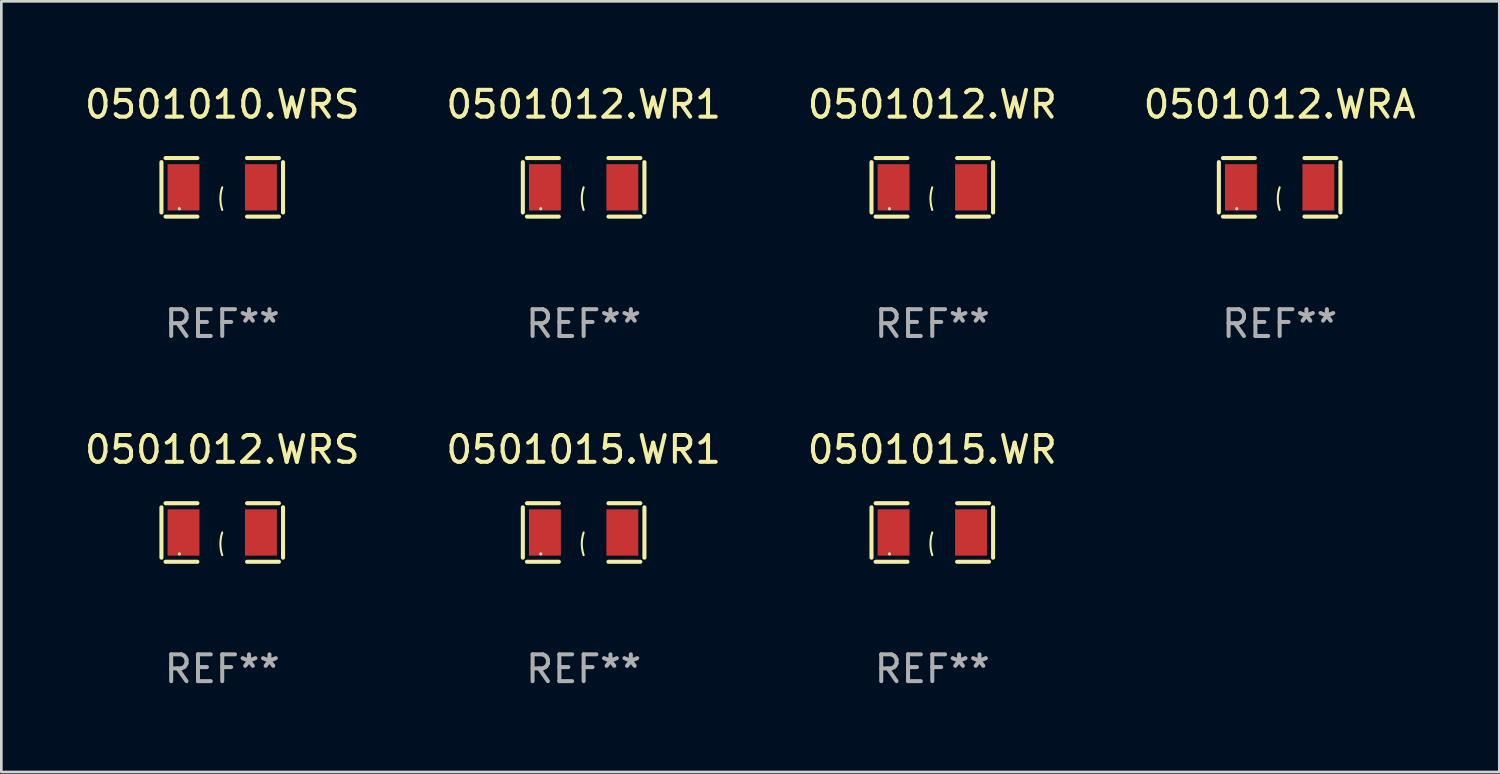
<source format=kicad_pcb>
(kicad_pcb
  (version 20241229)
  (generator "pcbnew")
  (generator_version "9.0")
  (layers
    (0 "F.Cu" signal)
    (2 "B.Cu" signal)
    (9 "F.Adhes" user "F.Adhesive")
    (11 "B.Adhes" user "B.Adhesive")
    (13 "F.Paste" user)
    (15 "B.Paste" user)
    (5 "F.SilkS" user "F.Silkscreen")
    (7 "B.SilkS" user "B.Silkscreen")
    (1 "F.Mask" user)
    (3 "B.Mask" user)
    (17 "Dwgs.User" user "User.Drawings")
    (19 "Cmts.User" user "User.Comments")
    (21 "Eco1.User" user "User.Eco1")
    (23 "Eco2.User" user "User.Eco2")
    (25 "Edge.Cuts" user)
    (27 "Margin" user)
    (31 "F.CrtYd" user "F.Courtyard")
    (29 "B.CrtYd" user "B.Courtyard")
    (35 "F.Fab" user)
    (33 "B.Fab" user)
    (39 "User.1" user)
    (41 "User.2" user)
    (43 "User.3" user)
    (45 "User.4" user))
  (footprint "0501015.WR"
    (layer "F.Cu")
    (at 31.744 16.823)
    (property "Reference" "0501015.WR" (at 0 -3.093 0) (layer "F.SilkS") (effects (font (size 1 1) (thickness 0.15))))
    (attr through_hole)
    (fp_line (start -2.269 -0.94) (end -2.269 0.94) (stroke (width 0.152) (type solid)) (layer "F.SilkS"))
    (fp_line (start -2.116 1.093) (end -0.926 1.093) (stroke (width 0.152) (type solid)) (layer "F.SilkS"))
    (fp_line (start -0.926 -1.093) (end -2.116 -1.093) (stroke (width 0.152) (type solid)) (layer "F.SilkS"))
    (fp_line (start 0.926 -1.093) (end 2.116 -1.093) (stroke (width 0.152) (type solid)) (layer "F.SilkS"))
    (fp_line (start 2.116 1.093) (end 0.926 1.093) (stroke (width 0.152) (type solid)) (layer "F.SilkS"))
    (fp_line (start 2.269 -0.94) (end 2.269 0.94) (stroke (width 0.152) (type solid)) (layer "F.SilkS"))
    (fp_arc (start 0 0.844951) (mid -0.068559 0.422475) (end 0 0) (stroke (width 0.0762) (type solid)) (layer "F.SilkS"))
    (fp_circle (center -1.6 0.8) (end -1.57 0.8) (stroke (width 0.06) (type solid)) (fill no) (layer "F.SilkS"))
    (fp_text user "REF**" (at 0 5.093 0) (layer "F.Fab") (effects (font (size 1 1) (thickness 0.15))))
    (pad "1" smd rect (at -1.445 0) (size 1.19 1.728) (layers "F.Cu" "F.Mask" "F.Paste"))
    (pad "2" smd rect (at 1.445 0) (size 1.19 1.728) (layers "F.Cu" "F.Mask" "F.Paste")))
  (footprint "0501012.WR"
    (layer "F.Cu")
    (at 31.744 3.941)
    (property "Reference" "0501012.WR" (at 0 -3.093 0) (layer "F.SilkS") (effects (font (size 1 1) (thickness 0.15))))
    (attr through_hole)
    (fp_line (start -2.269 -0.94) (end -2.269 0.94) (stroke (width 0.152) (type solid)) (layer "F.SilkS"))
    (fp_line (start -2.116 1.093) (end -0.926 1.093) (stroke (width 0.152) (type solid)) (layer "F.SilkS"))
    (fp_line (start -0.926 -1.093) (end -2.116 -1.093) (stroke (width 0.152) (type solid)) (layer "F.SilkS"))
    (fp_line (start 0.926 -1.093) (end 2.116 -1.093) (stroke (width 0.152) (type solid)) (layer "F.SilkS"))
    (fp_line (start 2.116 1.093) (end 0.926 1.093) (stroke (width 0.152) (type solid)) (layer "F.SilkS"))
    (fp_line (start 2.269 -0.94) (end 2.269 0.94) (stroke (width 0.152) (type solid)) (layer "F.SilkS"))
    (fp_arc (start 0 0.844951) (mid -0.068559 0.422475) (end 0 0) (stroke (width 0.0762) (type solid)) (layer "F.SilkS"))
    (fp_circle (center -1.6 0.8) (end -1.57 0.8) (stroke (width 0.06) (type solid)) (fill no) (layer "F.SilkS"))
    (fp_text user "REF**" (at 0 5.093 0) (layer "F.Fab") (effects (font (size 1 1) (thickness 0.15))))
    (pad "1" smd rect (at -1.445 0) (size 1.19 1.728) (layers "F.Cu" "F.Mask" "F.Paste"))
    (pad "2" smd rect (at 1.445 0) (size 1.19 1.728) (layers "F.Cu" "F.Mask" "F.Paste")))
  (footprint "0501010.WRS"
    (layer "F.Cu")
    (at 5.244 3.941)
    (property "Reference" "0501010.WRS" (at 0 -3.093 0) (layer "F.SilkS") (effects (font (size 1 1) (thickness 0.15))))
    (attr through_hole)
    (fp_line (start -2.269 -0.94) (end -2.269 0.94) (stroke (width 0.152) (type solid)) (layer "F.SilkS"))
    (fp_line (start -2.116 1.093) (end -0.926 1.093) (stroke (width 0.152) (type solid)) (layer "F.SilkS"))
    (fp_line (start -0.926 -1.093) (end -2.116 -1.093) (stroke (width 0.152) (type solid)) (layer "F.SilkS"))
    (fp_line (start 0.926 -1.093) (end 2.116 -1.093) (stroke (width 0.152) (type solid)) (layer "F.SilkS"))
    (fp_line (start 2.116 1.093) (end 0.926 1.093) (stroke (width 0.152) (type solid)) (layer "F.SilkS"))
    (fp_line (start 2.269 -0.94) (end 2.269 0.94) (stroke (width 0.152) (type solid)) (layer "F.SilkS"))
    (fp_arc (start 0 0.844951) (mid -0.068559 0.422475) (end 0 0) (stroke (width 0.0762) (type solid)) (layer "F.SilkS"))
    (fp_circle (center -1.6 0.8) (end -1.57 0.8) (stroke (width 0.06) (type solid)) (fill no) (layer "F.SilkS"))
    (fp_text user "REF**" (at 0 5.093 0) (layer "F.Fab") (effects (font (size 1 1) (thickness 0.15))))
    (pad "1" smd rect (at -1.445 0) (size 1.19 1.728) (layers "F.Cu" "F.Mask" "F.Paste"))
    (pad "2" smd rect (at 1.445 0) (size 1.19 1.728) (layers "F.Cu" "F.Mask" "F.Paste")))
  (footprint "0501015.WR1"
    (layer "F.Cu")
    (at 18.732 16.823)
    (property "Reference" "0501015.WR1" (at 0 -3.093 0) (layer "F.SilkS") (effects (font (size 1 1) (thickness 0.15))))
    (attr through_hole)
    (fp_line (start -2.269 -0.94) (end -2.269 0.94) (stroke (width 0.152) (type solid)) (layer "F.SilkS"))
    (fp_line (start -2.116 1.093) (end -0.926 1.093) (stroke (width 0.152) (type solid)) (layer "F.SilkS"))
    (fp_line (start -0.926 -1.093) (end -2.116 -1.093) (stroke (width 0.152) (type solid)) (layer "F.SilkS"))
    (fp_line (start 0.926 -1.093) (end 2.116 -1.093) (stroke (width 0.152) (type solid)) (layer "F.SilkS"))
    (fp_line (start 2.116 1.093) (end 0.926 1.093) (stroke (width 0.152) (type solid)) (layer "F.SilkS"))
    (fp_line (start 2.269 -0.94) (end 2.269 0.94) (stroke (width 0.152) (type solid)) (layer "F.SilkS"))
    (fp_arc (start 0 0.844951) (mid -0.068559 0.422475) (end 0 0) (stroke (width 0.0762) (type solid)) (layer "F.SilkS"))
    (fp_circle (center -1.6 0.8) (end -1.57 0.8) (stroke (width 0.06) (type solid)) (fill no) (layer "F.SilkS"))
    (fp_text user "REF**" (at 0 5.093 0) (layer "F.Fab") (effects (font (size 1 1) (thickness 0.15))))
    (pad "1" smd rect (at -1.445 0) (size 1.19 1.728) (layers "F.Cu" "F.Mask" "F.Paste"))
    (pad "2" smd rect (at 1.445 0) (size 1.19 1.728) (layers "F.Cu" "F.Mask" "F.Paste")))
  (footprint "0501012.WRS"
    (layer "F.Cu")
    (at 5.244 16.823)
    (property "Reference" "0501012.WRS" (at 0 -3.093 0) (layer "F.SilkS") (effects (font (size 1 1) (thickness 0.15))))
    (attr through_hole)
    (fp_line (start -2.269 -0.94) (end -2.269 0.94) (stroke (width 0.152) (type solid)) (layer "F.SilkS"))
    (fp_line (start -2.116 1.093) (end -0.926 1.093) (stroke (width 0.152) (type solid)) (layer "F.SilkS"))
    (fp_line (start -0.926 -1.093) (end -2.116 -1.093) (stroke (width 0.152) (type solid)) (layer "F.SilkS"))
    (fp_line (start 0.926 -1.093) (end 2.116 -1.093) (stroke (width 0.152) (type solid)) (layer "F.SilkS"))
    (fp_line (start 2.116 1.093) (end 0.926 1.093) (stroke (width 0.152) (type solid)) (layer "F.SilkS"))
    (fp_line (start 2.269 -0.94) (end 2.269 0.94) (stroke (width 0.152) (type solid)) (layer "F.SilkS"))
    (fp_arc (start 0 0.844951) (mid -0.068559 0.422475) (end 0 0) (stroke (width 0.0762) (type solid)) (layer "F.SilkS"))
    (fp_circle (center -1.6 0.8) (end -1.57 0.8) (stroke (width 0.06) (type solid)) (fill no) (layer "F.SilkS"))
    (fp_text user "REF**" (at 0 5.093 0) (layer "F.Fab") (effects (font (size 1 1) (thickness 0.15))))
    (pad "1" smd rect (at -1.445 0) (size 1.19 1.728) (layers "F.Cu" "F.Mask" "F.Paste"))
    (pad "2" smd rect (at 1.445 0) (size 1.19 1.728) (layers "F.Cu" "F.Mask" "F.Paste")))
  (footprint "0501012.WR1"
    (layer "F.Cu")
    (at 18.732 3.941)
    (property "Reference" "0501012.WR1" (at 0 -3.093 0) (layer "F.SilkS") (effects (font (size 1 1) (thickness 0.15))))
    (attr through_hole)
    (fp_line (start -2.269 -0.94) (end -2.269 0.94) (stroke (width 0.152) (type solid)) (layer "F.SilkS"))
    (fp_line (start -2.116 1.093) (end -0.926 1.093) (stroke (width 0.152) (type solid)) (layer "F.SilkS"))
    (fp_line (start -0.926 -1.093) (end -2.116 -1.093) (stroke (width 0.152) (type solid)) (layer "F.SilkS"))
    (fp_line (start 0.926 -1.093) (end 2.116 -1.093) (stroke (width 0.152) (type solid)) (layer "F.SilkS"))
    (fp_line (start 2.116 1.093) (end 0.926 1.093) (stroke (width 0.152) (type solid)) (layer "F.SilkS"))
    (fp_line (start 2.269 -0.94) (end 2.269 0.94) (stroke (width 0.152) (type solid)) (layer "F.SilkS"))
    (fp_arc (start 0 0.844951) (mid -0.068559 0.422475) (end 0 0) (stroke (width 0.0762) (type solid)) (layer "F.SilkS"))
    (fp_circle (center -1.6 0.8) (end -1.57 0.8) (stroke (width 0.06) (type solid)) (fill no) (layer "F.SilkS"))
    (fp_text user "REF**" (at 0 5.093 0) (layer "F.Fab") (effects (font (size 1 1) (thickness 0.15))))
    (pad "1" smd rect (at -1.445 0) (size 1.19 1.728) (layers "F.Cu" "F.Mask" "F.Paste"))
    (pad "2" smd rect (at 1.445 0) (size 1.19 1.728) (layers "F.Cu" "F.Mask" "F.Paste")))
  (footprint "0501012.WRA"
    (layer "F.Cu")
    (at 44.708 3.941)
    (property "Reference" "0501012.WRA" (at 0 -3.093 0) (layer "F.SilkS") (effects (font (size 1 1) (thickness 0.15))))
    (attr through_hole)
    (fp_line (start -2.269 -0.94) (end -2.269 0.94) (stroke (width 0.152) (type solid)) (layer "F.SilkS"))
    (fp_line (start -2.116 1.093) (end -0.926 1.093) (stroke (width 0.152) (type solid)) (layer "F.SilkS"))
    (fp_line (start -0.926 -1.093) (end -2.116 -1.093) (stroke (width 0.152) (type solid)) (layer "F.SilkS"))
    (fp_line (start 0.926 -1.093) (end 2.116 -1.093) (stroke (width 0.152) (type solid)) (layer "F.SilkS"))
    (fp_line (start 2.116 1.093) (end 0.926 1.093) (stroke (width 0.152) (type solid)) (layer "F.SilkS"))
    (fp_line (start 2.269 -0.94) (end 2.269 0.94) (stroke (width 0.152) (type solid)) (layer "F.SilkS"))
    (fp_arc (start 0 0.844951) (mid -0.068559 0.422475) (end 0 0) (stroke (width 0.0762) (type solid)) (layer "F.SilkS"))
    (fp_circle (center -1.6 0.8) (end -1.57 0.8) (stroke (width 0.06) (type solid)) (fill no) (layer "F.SilkS"))
    (fp_text user "REF**" (at 0 5.093 0) (layer "F.Fab") (effects (font (size 1 1) (thickness 0.15))))
    (pad "1" smd rect (at -1.445 0) (size 1.19 1.728) (layers "F.Cu" "F.Mask" "F.Paste"))
    (pad "2" smd rect (at 1.445 0) (size 1.19 1.728) (layers "F.Cu" "F.Mask" "F.Paste")))
  (gr_rect
    (start -3 -3)
    (end 52.905 25.763)
    (stroke (width 0.1) (type default))
    (fill no)
    (layer "Edge.Cuts")))
</source>
